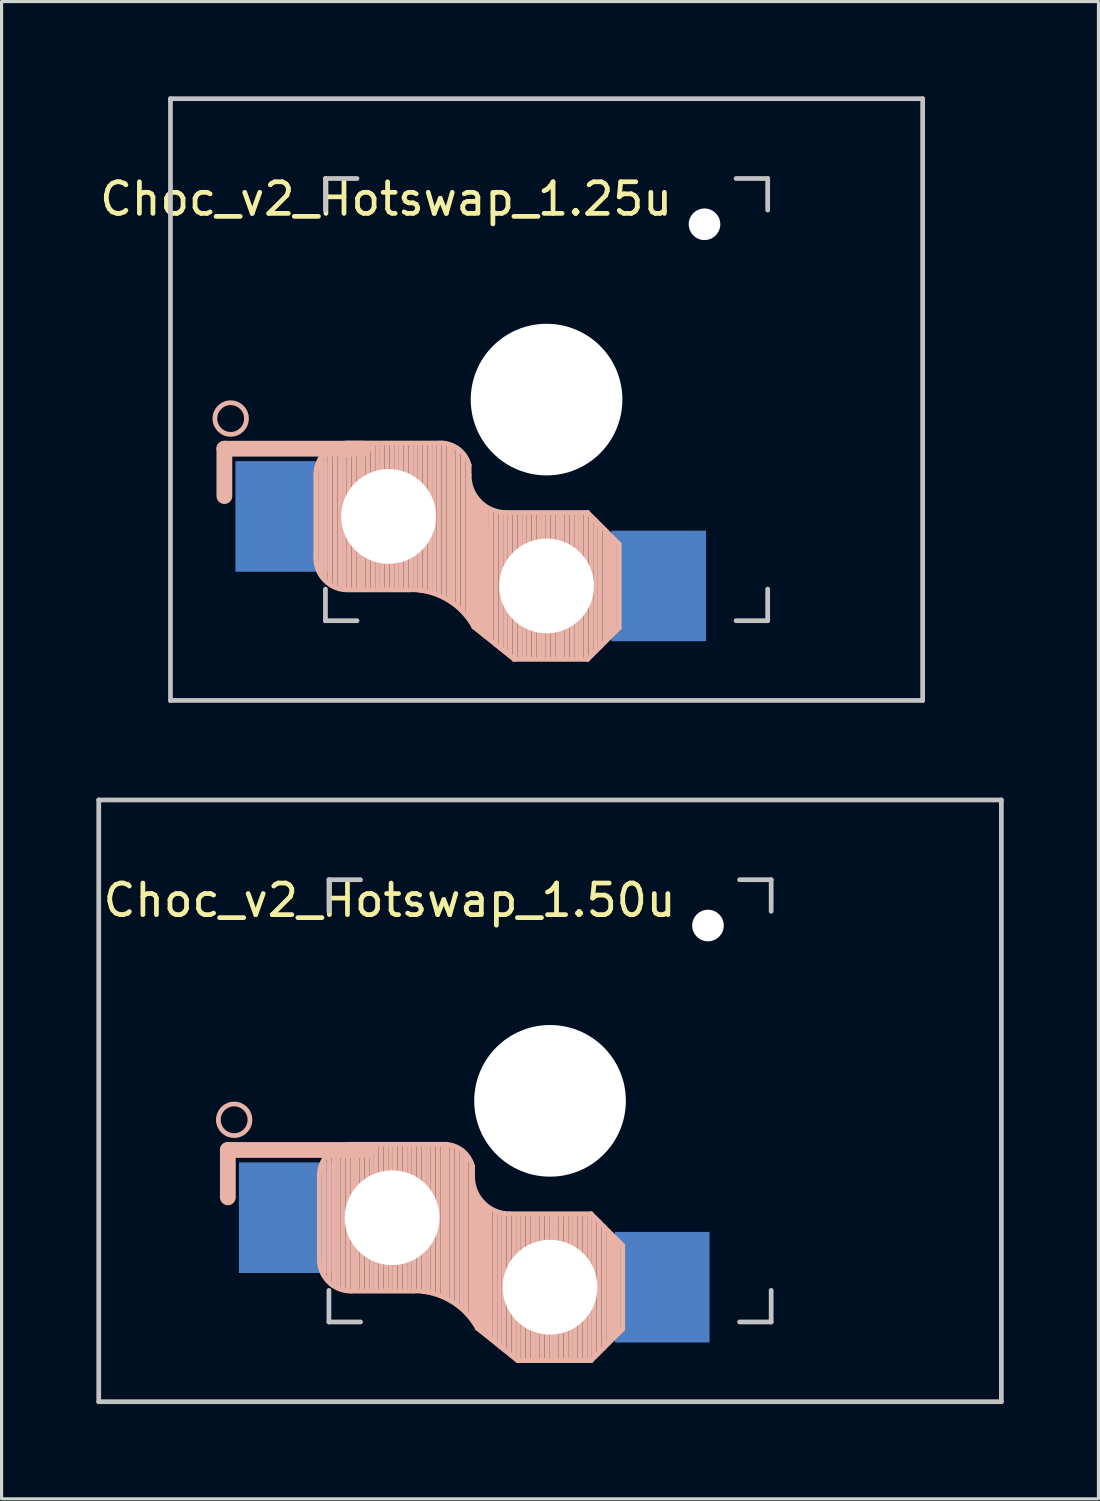
<source format=kicad_pcb>
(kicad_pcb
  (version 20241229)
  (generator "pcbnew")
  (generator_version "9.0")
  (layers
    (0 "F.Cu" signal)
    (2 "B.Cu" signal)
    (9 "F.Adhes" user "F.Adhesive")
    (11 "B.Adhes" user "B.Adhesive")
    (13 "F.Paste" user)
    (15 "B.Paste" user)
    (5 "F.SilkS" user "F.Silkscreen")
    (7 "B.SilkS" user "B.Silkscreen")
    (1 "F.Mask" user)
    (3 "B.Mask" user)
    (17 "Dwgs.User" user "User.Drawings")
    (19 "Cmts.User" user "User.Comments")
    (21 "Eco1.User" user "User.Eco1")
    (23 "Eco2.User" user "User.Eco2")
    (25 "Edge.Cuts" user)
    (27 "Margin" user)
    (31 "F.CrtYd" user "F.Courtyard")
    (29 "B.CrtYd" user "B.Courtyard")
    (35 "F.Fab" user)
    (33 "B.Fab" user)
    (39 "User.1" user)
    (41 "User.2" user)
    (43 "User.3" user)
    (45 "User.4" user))
  (footprint "Choc_v2_Hotswap_1.25u"
    (layer "F.Cu")
    (at 14.253 9.6)
    (property "Reference" "Choc_v2_Hotswap_1.25u" (at -5.08 -6.35 180) (layer "F.SilkS") (effects (font (size 1 1) (thickness 0.15))))
    (attr through_hole)
    (fp_line (start -10.2 1.555) (end -10.2 3.055) (stroke (width 0.5) (type default)) (layer "B.SilkS"))
    (fp_line (start -7.305 2.375) (end -7.305 5.025) (stroke (width 0.15) (type solid)) (layer "B.SilkS"))
    (fp_line (start -7.15 5.53) (end -7.15 1.85) (stroke (width 0.15) (type solid)) (layer "B.SilkS"))
    (fp_line (start -7 5.7) (end -7 1.73) (stroke (width 0.15) (type solid)) (layer "B.SilkS"))
    (fp_line (start -6.85 5.84) (end -6.85 1.7) (stroke (width 0.15) (type solid)) (layer "B.SilkS"))
    (fp_line (start -6.7 5.92) (end -6.7 1.8) (stroke (width 0.15) (type solid)) (layer "B.SilkS"))
    (fp_line (start -6.55 5.97) (end -6.55 1.65) (stroke (width 0.15) (type solid)) (layer "B.SilkS"))
    (fp_line (start -6.4 6.01) (end -6.4 1.5) (stroke (width 0.15) (type solid)) (layer "B.SilkS"))
    (fp_line (start -6.25 6) (end -6.25 1.4) (stroke (width 0.15) (type solid)) (layer "B.SilkS"))
    (fp_line (start -6.1 6) (end -6.1 1.4) (stroke (width 0.15) (type solid)) (layer "B.SilkS"))
    (fp_line (start -5.95 6) (end -5.95 1.4) (stroke (width 0.15) (type solid)) (layer "B.SilkS"))
    (fp_line (start -5.8 1.555) (end -10.2 1.555) (stroke (width 0.5) (type default)) (layer "B.SilkS"))
    (fp_line (start -5.8 6) (end -5.8 1.4) (stroke (width 0.15) (type solid)) (layer "B.SilkS"))
    (fp_line (start -5.65 6) (end -5.65 1.4) (stroke (width 0.15) (type solid)) (layer "B.SilkS"))
    (fp_line (start -5.5 6) (end -5.5 1.4) (stroke (width 0.15) (type solid)) (layer "B.SilkS"))
    (fp_line (start -5.35 6) (end -5.35 1.4) (stroke (width 0.15) (type solid)) (layer "B.SilkS"))
    (fp_line (start -5.2 6) (end -5.2 1.4) (stroke (width 0.15) (type solid)) (layer "B.SilkS"))
    (fp_line (start -5.05 6) (end -5.05 1.4) (stroke (width 0.15) (type solid)) (layer "B.SilkS"))
    (fp_line (start -4.9 6) (end -4.9 1.4) (stroke (width 0.15) (type solid)) (layer "B.SilkS"))
    (fp_line (start -4.75 6) (end -4.75 1.4) (stroke (width 0.15) (type solid)) (layer "B.SilkS"))
    (fp_line (start -4.6 6) (end -4.6 1.4) (stroke (width 0.15) (type solid)) (layer "B.SilkS"))
    (fp_line (start -4.45 6) (end -4.45 1.4) (stroke (width 0.15) (type solid)) (layer "B.SilkS"))
    (fp_line (start -4.3 6) (end -4.3 1.4) (stroke (width 0.15) (type solid)) (layer "B.SilkS"))
    (fp_line (start -4.3 6.025) (end -6.275 6.025) (stroke (width 0.15) (type solid)) (layer "B.SilkS"))
    (fp_line (start -4.15 6) (end -4.15 1.45) (stroke (width 0.15) (type solid)) (layer "B.SilkS"))
    (fp_line (start -4 6.04) (end -4 1.4) (stroke (width 0.15) (type solid)) (layer "B.SilkS"))
    (fp_line (start -3.85 6.05) (end -3.85 1.4) (stroke (width 0.15) (type solid)) (layer "B.SilkS"))
    (fp_line (start -3.7 6.05) (end -3.7 1.45) (stroke (width 0.15) (type solid)) (layer "B.SilkS"))
    (fp_line (start -3.55 6.1) (end -3.55 1.39) (stroke (width 0.15) (type solid)) (layer "B.SilkS"))
    (fp_line (start -3.4 6.2) (end -3.4 1.38) (stroke (width 0.15) (type solid)) (layer "B.SilkS"))
    (fp_line (start -3.311 1.375) (end -6.275 1.375) (stroke (width 0.15) (type solid)) (layer "B.SilkS"))
    (fp_line (start -3.25 6.25) (end -3.25 1.4) (stroke (width 0.15) (type solid)) (layer "B.SilkS"))
    (fp_line (start -3.1 6.35) (end -3.1 1.43) (stroke (width 0.15) (type solid)) (layer "B.SilkS"))
    (fp_line (start -2.95 6.45) (end -2.95 1.48) (stroke (width 0.15) (type solid)) (layer "B.SilkS"))
    (fp_line (start -2.8 6.55) (end -2.8 1.56) (stroke (width 0.15) (type solid)) (layer "B.SilkS"))
    (fp_line (start -2.65 6.7) (end -2.65 1.75) (stroke (width 0.15) (type solid)) (layer "B.SilkS"))
    (fp_line (start -2.5 6.85) (end -2.5 1.95) (stroke (width 0.15) (type solid)) (layer "B.SilkS"))
    (fp_line (start -2.45 2.4) (end -2.45 2.077) (stroke (width 0.15) (type default)) (layer "B.SilkS"))
    (fp_line (start -2.4 7.02) (end -2.4 2.9) (stroke (width 0.15) (type solid)) (layer "B.SilkS"))
    (fp_line (start -2.3 7.2) (end -2.3 3.05) (stroke (width 0.15) (type solid)) (layer "B.SilkS"))
    (fp_line (start -2.3 7.2) (end -1.025 8.225) (stroke (width 0.15) (type solid)) (layer "B.SilkS"))
    (fp_line (start -2.2 7.27) (end -2.2 3.25) (stroke (width 0.15) (type solid)) (layer "B.SilkS"))
    (fp_line (start -2.1 7.35) (end -2.1 3.35) (stroke (width 0.15) (type solid)) (layer "B.SilkS"))
    (fp_line (start -2 7.43) (end -2 3.4) (stroke (width 0.15) (type solid)) (layer "B.SilkS"))
    (fp_line (start -1.89 7.52) (end -1.9 3.45) (stroke (width 0.15) (type solid)) (layer "B.SilkS"))
    (fp_line (start -1.75 7.62) (end -1.75 3.5) (stroke (width 0.15) (type solid)) (layer "B.SilkS"))
    (fp_line (start -1.6 7.76) (end -1.6 3.6) (stroke (width 0.15) (type solid)) (layer "B.SilkS"))
    (fp_line (start -1.45 7.88) (end -1.45 3.6) (stroke (width 0.15) (type solid)) (layer "B.SilkS"))
    (fp_line (start -1.3 7.99) (end -1.3 3.6) (stroke (width 0.15) (type solid)) (layer "B.SilkS"))
    (fp_line (start -1.15 8.11) (end -1.15 3.65) (stroke (width 0.15) (type solid)) (layer "B.SilkS"))
    (fp_line (start -1 8.2) (end -1 3.6) (stroke (width 0.15) (type solid)) (layer "B.SilkS"))
    (fp_line (start -0.85 8.2) (end -0.85 3.6) (stroke (width 0.15) (type solid)) (layer "B.SilkS"))
    (fp_line (start -0.7 8.2) (end -0.7 3.6) (stroke (width 0.15) (type solid)) (layer "B.SilkS"))
    (fp_line (start -0.55 8.2) (end -0.55 3.6) (stroke (width 0.15) (type solid)) (layer "B.SilkS"))
    (fp_line (start -0.4 8.2) (end -0.4 3.6) (stroke (width 0.15) (type solid)) (layer "B.SilkS"))
    (fp_line (start -0.25 8.2) (end -0.25 3.6) (stroke (width 0.15) (type solid)) (layer "B.SilkS"))
    (fp_line (start -0.1 8.2) (end -0.1 3.6) (stroke (width 0.15) (type solid)) (layer "B.SilkS"))
    (fp_line (start 0.05 8.2) (end 0.05 3.6) (stroke (width 0.15) (type solid)) (layer "B.SilkS"))
    (fp_line (start 0.2 8.2) (end 0.2 3.6) (stroke (width 0.15) (type solid)) (layer "B.SilkS"))
    (fp_line (start 0.35 8.2) (end 0.35 3.6) (stroke (width 0.15) (type solid)) (layer "B.SilkS"))
    (fp_line (start 0.5 8.2) (end 0.5 3.6) (stroke (width 0.15) (type solid)) (layer "B.SilkS"))
    (fp_line (start 0.65 8.2) (end 0.65 3.6) (stroke (width 0.15) (type solid)) (layer "B.SilkS"))
    (fp_line (start 0.8 8.2) (end 0.8 3.6) (stroke (width 0.15) (type solid)) (layer "B.SilkS"))
    (fp_line (start 0.95 8.2) (end 0.95 3.6) (stroke (width 0.15) (type solid)) (layer "B.SilkS"))
    (fp_line (start 1.1 8.2) (end 1.1 3.6) (stroke (width 0.15) (type solid)) (layer "B.SilkS"))
    (fp_line (start 1.25 8.2) (end 1.25 3.6) (stroke (width 0.15) (type solid)) (layer "B.SilkS"))
    (fp_line (start 1.3 3.575) (end -1.275 3.575) (stroke (width 0.15) (type solid)) (layer "B.SilkS"))
    (fp_line (start 1.3 8.225) (end -1.025 8.225) (stroke (width 0.15) (type solid)) (layer "B.SilkS"))
    (fp_line (start 1.4 8.09) (end 1.4 3.7) (stroke (width 0.15) (type solid)) (layer "B.SilkS"))
    (fp_line (start 1.55 7.95) (end 1.55 3.83) (stroke (width 0.15) (type solid)) (layer "B.SilkS"))
    (fp_line (start 1.7 7.82) (end 1.7 3.99) (stroke (width 0.15) (type solid)) (layer "B.SilkS"))
    (fp_line (start 1.85 7.66) (end 1.85 4.13) (stroke (width 0.15) (type solid)) (layer "B.SilkS"))
    (fp_line (start 1.95 7.56) (end 1.95 4.23) (stroke (width 0.15) (type solid)) (layer "B.SilkS"))
    (fp_line (start 2.05 7.45) (end 2.05 4.33) (stroke (width 0.15) (type solid)) (layer "B.SilkS"))
    (fp_line (start 2.15 7.37) (end 2.15 4.44) (stroke (width 0.15) (type solid)) (layer "B.SilkS"))
    (fp_line (start 2.3 4.575) (end 1.3 3.575) (stroke (width 0.15) (type solid)) (layer "B.SilkS"))
    (fp_line (start 2.3 4.575) (end 2.3 7.225) (stroke (width 0.15) (type solid)) (layer "B.SilkS"))
    (fp_line (start 2.3 7.225) (end 1.3 8.225) (stroke (width 0.15) (type solid)) (layer "B.SilkS"))
    (fp_arc (start -7.305 2.375) (mid -7.012107 1.667893) (end -6.305 1.375) (stroke (width 0.15) (type solid)) (layer "B.SilkS"))
    (fp_arc (start -6.305 6.025) (mid -7.012107 5.732107) (end -7.305 5.025) (stroke (width 0.15) (type solid)) (layer "B.SilkS"))
    (fp_arc (start -4.3 6.017458) (mid -3.138277 6.335211) (end -2.3 7.2) (stroke (width 0.15) (type solid)) (layer "B.SilkS"))
    (fp_arc (start -3.311204 1.375) (mid -2.763915 1.58277) (end -2.45 2.076887) (stroke (width 0.15) (type solid)) (layer "B.SilkS"))
    (fp_arc (start -1.275 3.575) (mid -2.10585 3.23085) (end -2.45 2.4) (stroke (width 0.15) (type solid)) (layer "B.SilkS"))
    (fp_circle (center -10 0.6) (end -9.5 0.6) (stroke (width 0.15) (type default)) (fill no) (layer "B.SilkS"))
    (fp_line (start -11.906 -9.525) (end 11.906 -9.525) (stroke (width 0.15) (type solid)) (layer "Dwgs.User"))
    (fp_line (start -11.906 9.525) (end -11.906 -9.525) (stroke (width 0.15) (type solid)) (layer "Dwgs.User"))
    (fp_line (start -7 -7) (end -6 -7) (stroke (width 0.15) (type solid)) (layer "Dwgs.User"))
    (fp_line (start -7 -6) (end -7 -7) (stroke (width 0.15) (type solid)) (layer "Dwgs.User"))
    (fp_line (start -7 7) (end -7 6) (stroke (width 0.15) (type solid)) (layer "Dwgs.User"))
    (fp_line (start -6 7) (end -7 7) (stroke (width 0.15) (type solid)) (layer "Dwgs.User"))
    (fp_line (start 6 7) (end 7 7) (stroke (width 0.15) (type solid)) (layer "Dwgs.User"))
    (fp_line (start 7 -7) (end 6 -7) (stroke (width 0.15) (type solid)) (layer "Dwgs.User"))
    (fp_line (start 7 -6) (end 7 -7) (stroke (width 0.15) (type solid)) (layer "Dwgs.User"))
    (fp_line (start 7 7) (end 7 6) (stroke (width 0.15) (type solid)) (layer "Dwgs.User"))
    (fp_line (start 11.906 -9.525) (end 11.906 9.525) (stroke (width 0.15) (type solid)) (layer "Dwgs.User"))
    (fp_line (start 11.906 9.525) (end -11.906 9.525) (stroke (width 0.15) (type solid)) (layer "Dwgs.User"))
    (pad "" np_thru_hole circle (at -5 3.7 90) (size 3 3) (drill 3) (layers "*.Cu" "*.Mask"))
    (pad "" np_thru_hole circle (at 0 0 90) (size 4.8 4.8) (drill 4.8) (layers "*.Cu" "*.Mask"))
    (pad "" np_thru_hole circle (at 0 5.9 90) (size 3 3) (drill 3) (layers "*.Cu" "*.Mask"))
    (pad "" np_thru_hole circle (at 5 -5.55) (size 1 1) (drill oval 1) (layers "*.Cu" "*.Mask"))
    (pad "1" smd rect (at -8.35 3.7 180) (size 3 3.5) (layers "B.Cu" "B.Mask" "B.Paste"))
    (pad "2" smd rect (at 3.55 5.9 180) (size 3 3.5) (layers "B.Cu" "B.Mask" "B.Paste")))
  (footprint "Choc_v2_Hotswap_1.50u"
    (layer "F.Cu")
    (at 14.363 31.8)
    (property "Reference" "Choc_v2_Hotswap_1.50u" (at -5.08 -6.35 180) (layer "F.SilkS") (effects (font (size 1 1) (thickness 0.15))))
    (attr through_hole)
    (fp_line (start -10.2 1.555) (end -10.2 3.055) (stroke (width 0.5) (type default)) (layer "B.SilkS"))
    (fp_line (start -7.305 2.375) (end -7.305 5.025) (stroke (width 0.15) (type solid)) (layer "B.SilkS"))
    (fp_line (start -7.15 5.53) (end -7.15 1.85) (stroke (width 0.15) (type solid)) (layer "B.SilkS"))
    (fp_line (start -7 5.7) (end -7 1.73) (stroke (width 0.15) (type solid)) (layer "B.SilkS"))
    (fp_line (start -6.85 5.84) (end -6.85 1.7) (stroke (width 0.15) (type solid)) (layer "B.SilkS"))
    (fp_line (start -6.7 5.92) (end -6.7 1.8) (stroke (width 0.15) (type solid)) (layer "B.SilkS"))
    (fp_line (start -6.55 5.97) (end -6.55 1.65) (stroke (width 0.15) (type solid)) (layer "B.SilkS"))
    (fp_line (start -6.4 6.01) (end -6.4 1.5) (stroke (width 0.15) (type solid)) (layer "B.SilkS"))
    (fp_line (start -6.25 6) (end -6.25 1.4) (stroke (width 0.15) (type solid)) (layer "B.SilkS"))
    (fp_line (start -6.1 6) (end -6.1 1.4) (stroke (width 0.15) (type solid)) (layer "B.SilkS"))
    (fp_line (start -5.95 6) (end -5.95 1.4) (stroke (width 0.15) (type solid)) (layer "B.SilkS"))
    (fp_line (start -5.8 1.555) (end -10.2 1.555) (stroke (width 0.5) (type default)) (layer "B.SilkS"))
    (fp_line (start -5.8 6) (end -5.8 1.4) (stroke (width 0.15) (type solid)) (layer "B.SilkS"))
    (fp_line (start -5.65 6) (end -5.65 1.4) (stroke (width 0.15) (type solid)) (layer "B.SilkS"))
    (fp_line (start -5.5 6) (end -5.5 1.4) (stroke (width 0.15) (type solid)) (layer "B.SilkS"))
    (fp_line (start -5.35 6) (end -5.35 1.4) (stroke (width 0.15) (type solid)) (layer "B.SilkS"))
    (fp_line (start -5.2 6) (end -5.2 1.4) (stroke (width 0.15) (type solid)) (layer "B.SilkS"))
    (fp_line (start -5.05 6) (end -5.05 1.4) (stroke (width 0.15) (type solid)) (layer "B.SilkS"))
    (fp_line (start -4.9 6) (end -4.9 1.4) (stroke (width 0.15) (type solid)) (layer "B.SilkS"))
    (fp_line (start -4.75 6) (end -4.75 1.4) (stroke (width 0.15) (type solid)) (layer "B.SilkS"))
    (fp_line (start -4.6 6) (end -4.6 1.4) (stroke (width 0.15) (type solid)) (layer "B.SilkS"))
    (fp_line (start -4.45 6) (end -4.45 1.4) (stroke (width 0.15) (type solid)) (layer "B.SilkS"))
    (fp_line (start -4.3 6) (end -4.3 1.4) (stroke (width 0.15) (type solid)) (layer "B.SilkS"))
    (fp_line (start -4.3 6.025) (end -6.275 6.025) (stroke (width 0.15) (type solid)) (layer "B.SilkS"))
    (fp_line (start -4.15 6) (end -4.15 1.45) (stroke (width 0.15) (type solid)) (layer "B.SilkS"))
    (fp_line (start -4 6.04) (end -4 1.4) (stroke (width 0.15) (type solid)) (layer "B.SilkS"))
    (fp_line (start -3.85 6.05) (end -3.85 1.4) (stroke (width 0.15) (type solid)) (layer "B.SilkS"))
    (fp_line (start -3.7 6.05) (end -3.7 1.45) (stroke (width 0.15) (type solid)) (layer "B.SilkS"))
    (fp_line (start -3.55 6.1) (end -3.55 1.39) (stroke (width 0.15) (type solid)) (layer "B.SilkS"))
    (fp_line (start -3.4 6.2) (end -3.4 1.38) (stroke (width 0.15) (type solid)) (layer "B.SilkS"))
    (fp_line (start -3.311 1.375) (end -6.275 1.375) (stroke (width 0.15) (type solid)) (layer "B.SilkS"))
    (fp_line (start -3.25 6.25) (end -3.25 1.4) (stroke (width 0.15) (type solid)) (layer "B.SilkS"))
    (fp_line (start -3.1 6.35) (end -3.1 1.43) (stroke (width 0.15) (type solid)) (layer "B.SilkS"))
    (fp_line (start -2.95 6.45) (end -2.95 1.48) (stroke (width 0.15) (type solid)) (layer "B.SilkS"))
    (fp_line (start -2.8 6.55) (end -2.8 1.56) (stroke (width 0.15) (type solid)) (layer "B.SilkS"))
    (fp_line (start -2.65 6.7) (end -2.65 1.75) (stroke (width 0.15) (type solid)) (layer "B.SilkS"))
    (fp_line (start -2.5 6.85) (end -2.5 1.95) (stroke (width 0.15) (type solid)) (layer "B.SilkS"))
    (fp_line (start -2.45 2.4) (end -2.45 2.077) (stroke (width 0.15) (type default)) (layer "B.SilkS"))
    (fp_line (start -2.4 7.02) (end -2.4 2.9) (stroke (width 0.15) (type solid)) (layer "B.SilkS"))
    (fp_line (start -2.3 7.2) (end -2.3 3.05) (stroke (width 0.15) (type solid)) (layer "B.SilkS"))
    (fp_line (start -2.3 7.2) (end -1.025 8.225) (stroke (width 0.15) (type solid)) (layer "B.SilkS"))
    (fp_line (start -2.2 7.27) (end -2.2 3.25) (stroke (width 0.15) (type solid)) (layer "B.SilkS"))
    (fp_line (start -2.1 7.35) (end -2.1 3.35) (stroke (width 0.15) (type solid)) (layer "B.SilkS"))
    (fp_line (start -2 7.43) (end -2 3.4) (stroke (width 0.15) (type solid)) (layer "B.SilkS"))
    (fp_line (start -1.89 7.52) (end -1.9 3.45) (stroke (width 0.15) (type solid)) (layer "B.SilkS"))
    (fp_line (start -1.75 7.62) (end -1.75 3.5) (stroke (width 0.15) (type solid)) (layer "B.SilkS"))
    (fp_line (start -1.6 7.76) (end -1.6 3.6) (stroke (width 0.15) (type solid)) (layer "B.SilkS"))
    (fp_line (start -1.45 7.88) (end -1.45 3.6) (stroke (width 0.15) (type solid)) (layer "B.SilkS"))
    (fp_line (start -1.3 7.99) (end -1.3 3.6) (stroke (width 0.15) (type solid)) (layer "B.SilkS"))
    (fp_line (start -1.15 8.11) (end -1.15 3.65) (stroke (width 0.15) (type solid)) (layer "B.SilkS"))
    (fp_line (start -1 8.2) (end -1 3.6) (stroke (width 0.15) (type solid)) (layer "B.SilkS"))
    (fp_line (start -0.85 8.2) (end -0.85 3.6) (stroke (width 0.15) (type solid)) (layer "B.SilkS"))
    (fp_line (start -0.7 8.2) (end -0.7 3.6) (stroke (width 0.15) (type solid)) (layer "B.SilkS"))
    (fp_line (start -0.55 8.2) (end -0.55 3.6) (stroke (width 0.15) (type solid)) (layer "B.SilkS"))
    (fp_line (start -0.4 8.2) (end -0.4 3.6) (stroke (width 0.15) (type solid)) (layer "B.SilkS"))
    (fp_line (start -0.25 8.2) (end -0.25 3.6) (stroke (width 0.15) (type solid)) (layer "B.SilkS"))
    (fp_line (start -0.1 8.2) (end -0.1 3.6) (stroke (width 0.15) (type solid)) (layer "B.SilkS"))
    (fp_line (start 0.05 8.2) (end 0.05 3.6) (stroke (width 0.15) (type solid)) (layer "B.SilkS"))
    (fp_line (start 0.2 8.2) (end 0.2 3.6) (stroke (width 0.15) (type solid)) (layer "B.SilkS"))
    (fp_line (start 0.35 8.2) (end 0.35 3.6) (stroke (width 0.15) (type solid)) (layer "B.SilkS"))
    (fp_line (start 0.5 8.2) (end 0.5 3.6) (stroke (width 0.15) (type solid)) (layer "B.SilkS"))
    (fp_line (start 0.65 8.2) (end 0.65 3.6) (stroke (width 0.15) (type solid)) (layer "B.SilkS"))
    (fp_line (start 0.8 8.2) (end 0.8 3.6) (stroke (width 0.15) (type solid)) (layer "B.SilkS"))
    (fp_line (start 0.95 8.2) (end 0.95 3.6) (stroke (width 0.15) (type solid)) (layer "B.SilkS"))
    (fp_line (start 1.1 8.2) (end 1.1 3.6) (stroke (width 0.15) (type solid)) (layer "B.SilkS"))
    (fp_line (start 1.25 8.2) (end 1.25 3.6) (stroke (width 0.15) (type solid)) (layer "B.SilkS"))
    (fp_line (start 1.3 3.575) (end -1.275 3.575) (stroke (width 0.15) (type solid)) (layer "B.SilkS"))
    (fp_line (start 1.3 8.225) (end -1.025 8.225) (stroke (width 0.15) (type solid)) (layer "B.SilkS"))
    (fp_line (start 1.4 8.09) (end 1.4 3.7) (stroke (width 0.15) (type solid)) (layer "B.SilkS"))
    (fp_line (start 1.55 7.95) (end 1.55 3.83) (stroke (width 0.15) (type solid)) (layer "B.SilkS"))
    (fp_line (start 1.7 7.82) (end 1.7 3.99) (stroke (width 0.15) (type solid)) (layer "B.SilkS"))
    (fp_line (start 1.85 7.66) (end 1.85 4.13) (stroke (width 0.15) (type solid)) (layer "B.SilkS"))
    (fp_line (start 1.95 7.56) (end 1.95 4.23) (stroke (width 0.15) (type solid)) (layer "B.SilkS"))
    (fp_line (start 2.05 7.45) (end 2.05 4.33) (stroke (width 0.15) (type solid)) (layer "B.SilkS"))
    (fp_line (start 2.15 7.37) (end 2.15 4.44) (stroke (width 0.15) (type solid)) (layer "B.SilkS"))
    (fp_line (start 2.3 4.575) (end 1.3 3.575) (stroke (width 0.15) (type solid)) (layer "B.SilkS"))
    (fp_line (start 2.3 4.575) (end 2.3 7.225) (stroke (width 0.15) (type solid)) (layer "B.SilkS"))
    (fp_line (start 2.3 7.225) (end 1.3 8.225) (stroke (width 0.15) (type solid)) (layer "B.SilkS"))
    (fp_arc (start -7.305 2.375) (mid -7.012107 1.667893) (end -6.305 1.375) (stroke (width 0.15) (type solid)) (layer "B.SilkS"))
    (fp_arc (start -6.305 6.025) (mid -7.012107 5.732107) (end -7.305 5.025) (stroke (width 0.15) (type solid)) (layer "B.SilkS"))
    (fp_arc (start -4.3 6.017458) (mid -3.138277 6.335211) (end -2.3 7.2) (stroke (width 0.15) (type solid)) (layer "B.SilkS"))
    (fp_arc (start -3.311204 1.375) (mid -2.763915 1.58277) (end -2.45 2.076887) (stroke (width 0.15) (type solid)) (layer "B.SilkS"))
    (fp_arc (start -1.275 3.575) (mid -2.10585 3.23085) (end -2.45 2.4) (stroke (width 0.15) (type solid)) (layer "B.SilkS"))
    (fp_circle (center -10 0.6) (end -9.5 0.6) (stroke (width 0.15) (type default)) (fill no) (layer "B.SilkS"))
    (fp_line (start -14.287 -9.525) (end 14.287 -9.525) (stroke (width 0.15) (type solid)) (layer "Dwgs.User"))
    (fp_line (start -14.287 9.525) (end -14.287 -9.525) (stroke (width 0.15) (type solid)) (layer "Dwgs.User"))
    (fp_line (start -7 -7) (end -6 -7) (stroke (width 0.15) (type solid)) (layer "Dwgs.User"))
    (fp_line (start -7 -6) (end -7 -7) (stroke (width 0.15) (type solid)) (layer "Dwgs.User"))
    (fp_line (start -7 7) (end -7 6) (stroke (width 0.15) (type solid)) (layer "Dwgs.User"))
    (fp_line (start -6 7) (end -7 7) (stroke (width 0.15) (type solid)) (layer "Dwgs.User"))
    (fp_line (start 6 7) (end 7 7) (stroke (width 0.15) (type solid)) (layer "Dwgs.User"))
    (fp_line (start 7 -7) (end 6 -7) (stroke (width 0.15) (type solid)) (layer "Dwgs.User"))
    (fp_line (start 7 -6) (end 7 -7) (stroke (width 0.15) (type solid)) (layer "Dwgs.User"))
    (fp_line (start 7 7) (end 7 6) (stroke (width 0.15) (type solid)) (layer "Dwgs.User"))
    (fp_line (start 14.287 -9.525) (end 14.287 9.525) (stroke (width 0.15) (type solid)) (layer "Dwgs.User"))
    (fp_line (start 14.287 9.525) (end -14.287 9.525) (stroke (width 0.15) (type solid)) (layer "Dwgs.User"))
    (pad "" np_thru_hole circle (at -5 3.7 90) (size 3 3) (drill 3) (layers "*.Cu" "*.Mask"))
    (pad "" np_thru_hole circle (at 0 0 90) (size 4.8 4.8) (drill 4.8) (layers "*.Cu" "*.Mask"))
    (pad "" np_thru_hole circle (at 0 5.9 90) (size 3 3) (drill 3) (layers "*.Cu" "*.Mask"))
    (pad "" np_thru_hole circle (at 5 -5.55) (size 1 1) (drill oval 1) (layers "*.Cu" "*.Mask"))
    (pad "1" smd rect (at -8.35 3.7 180) (size 3 3.5) (layers "B.Cu" "B.Mask" "B.Paste"))
    (pad "2" smd rect (at 3.55 5.9 180) (size 3 3.5) (layers "B.Cu" "B.Mask" "B.Paste")))
  (gr_rect
    (start -3 -3)
    (end 31.725 44.4)
    (stroke (width 0.1) (type default))
    (fill no)
    (layer "Edge.Cuts")))
</source>
